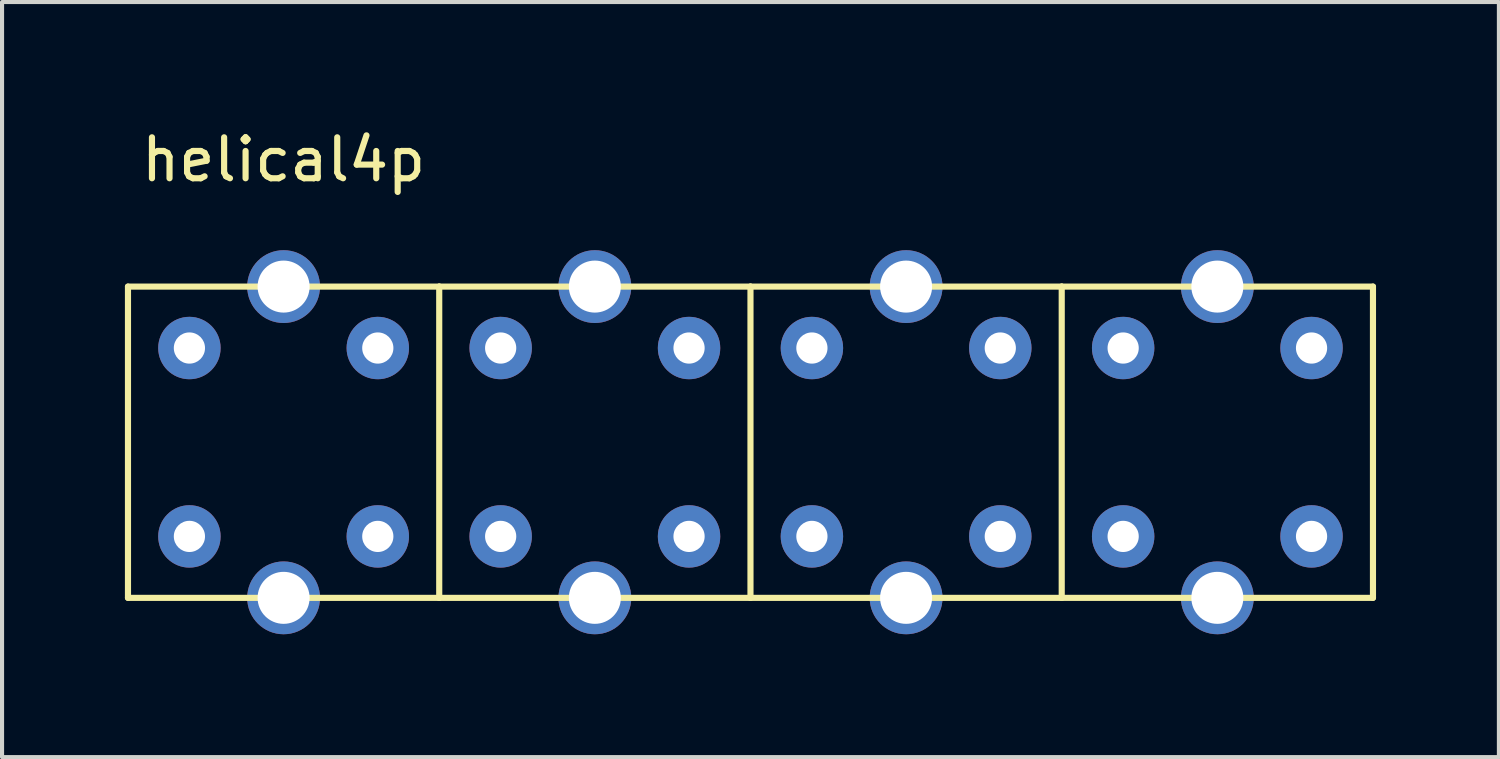
<source format=kicad_pcb>
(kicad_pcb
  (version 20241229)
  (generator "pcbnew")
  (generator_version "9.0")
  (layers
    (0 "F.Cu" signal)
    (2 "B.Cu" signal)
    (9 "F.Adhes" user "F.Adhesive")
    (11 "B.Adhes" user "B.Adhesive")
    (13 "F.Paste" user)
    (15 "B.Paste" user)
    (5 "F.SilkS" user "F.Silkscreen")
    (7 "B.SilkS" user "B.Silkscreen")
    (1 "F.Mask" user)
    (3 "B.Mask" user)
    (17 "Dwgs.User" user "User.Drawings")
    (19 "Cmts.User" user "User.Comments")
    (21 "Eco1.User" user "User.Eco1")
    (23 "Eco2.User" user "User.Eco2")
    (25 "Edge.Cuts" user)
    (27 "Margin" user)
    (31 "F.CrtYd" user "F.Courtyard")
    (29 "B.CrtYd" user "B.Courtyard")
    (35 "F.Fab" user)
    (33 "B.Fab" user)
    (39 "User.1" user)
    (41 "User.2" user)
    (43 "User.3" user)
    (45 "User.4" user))
  (footprint "helical4p"
    (layer "F.Cu")
    (at 3.875 7.748)
    (property "Reference" "helical4p" (at 0 -6.9 0) (layer "F.SilkS") (effects (font (size 1 1) (thickness 0.15))))
    (attr through_hole)
    (fp_line (start -3.8 -3.8) (end -3.8 3.8) (stroke (width 0.15) (type solid)) (layer "F.SilkS"))
    (fp_line (start -3.8 3.8) (end 3.8 3.8) (stroke (width 0.15) (type solid)) (layer "F.SilkS"))
    (fp_line (start 3.8 -3.8) (end -3.8 -3.8) (stroke (width 0.15) (type solid)) (layer "F.SilkS"))
    (fp_line (start 3.8 -3.8) (end 11.4 -3.8) (stroke (width 0.15) (type solid)) (layer "F.SilkS"))
    (fp_line (start 3.8 3.8) (end 3.8 -3.8) (stroke (width 0.15) (type solid)) (layer "F.SilkS"))
    (fp_line (start 11.4 -3.8) (end 11.4 3.8) (stroke (width 0.15) (type solid)) (layer "F.SilkS"))
    (fp_line (start 11.4 -3.8) (end 19 -3.8) (stroke (width 0.15) (type solid)) (layer "F.SilkS"))
    (fp_line (start 11.4 3.8) (end 3.8 3.8) (stroke (width 0.15) (type solid)) (layer "F.SilkS"))
    (fp_line (start 19 -3.8) (end 19 3.8) (stroke (width 0.15) (type solid)) (layer "F.SilkS"))
    (fp_line (start 19 -3.8) (end 26.6 -3.8) (stroke (width 0.15) (type solid)) (layer "F.SilkS"))
    (fp_line (start 19 3.8) (end 11.4 3.8) (stroke (width 0.15) (type solid)) (layer "F.SilkS"))
    (fp_line (start 26.6 -3.8) (end 26.6 3.8) (stroke (width 0.15) (type solid)) (layer "F.SilkS"))
    (fp_line (start 26.6 3.8) (end 19 3.8) (stroke (width 0.15) (type solid)) (layer "F.SilkS"))
    (pad "1" thru_hole circle (at -2.3 2.3) (size 1.524 1.524) (drill 0.762) (layers "*.Cu" "*.Mask"))
    (pad "2" thru_hole circle (at -2.3 -2.3) (size 1.524 1.524) (drill 0.762) (layers "*.Cu" "*.Mask"))
    (pad "3" thru_hole circle (at 2.3 -2.3) (size 1.524 1.524) (drill 0.762) (layers "*.Cu" "*.Mask"))
    (pad "4" thru_hole circle (at 2.3 2.3) (size 1.524 1.524) (drill 0.762) (layers "*.Cu" "*.Mask"))
    (pad "5" thru_hole circle (at 0 -3.8) (size 1.778 1.778) (drill 1.27) (layers "*.Cu" "*.Mask"))
    (pad "6" thru_hole circle (at 0 3.8) (size 1.778 1.778) (drill 1.27) (layers "*.Cu" "*.Mask"))
    (pad "7" thru_hole circle (at 5.3 2.3) (size 1.524 1.524) (drill 0.762) (layers "*.Cu" "*.Mask"))
    (pad "8" thru_hole circle (at 5.3 -2.3) (size 1.524 1.524) (drill 0.762) (layers "*.Cu" "*.Mask"))
    (pad "9" thru_hole circle (at 9.9 -2.3) (size 1.524 1.524) (drill 0.762) (layers "*.Cu" "*.Mask"))
    (pad "10" thru_hole circle (at 9.9 2.3) (size 1.524 1.524) (drill 0.762) (layers "*.Cu" "*.Mask"))
    (pad "11" thru_hole circle (at 7.6 -3.8) (size 1.778 1.778) (drill 1.27) (layers "*.Cu" "*.Mask"))
    (pad "12" thru_hole circle (at 7.6 3.8) (size 1.778 1.778) (drill 1.27) (layers "*.Cu" "*.Mask"))
    (pad "13" thru_hole circle (at 12.9 2.3) (size 1.524 1.524) (drill 0.762) (layers "*.Cu" "*.Mask"))
    (pad "14" thru_hole circle (at 12.9 -2.3) (size 1.524 1.524) (drill 0.762) (layers "*.Cu" "*.Mask"))
    (pad "15" thru_hole circle (at 17.5 -2.3) (size 1.524 1.524) (drill 0.762) (layers "*.Cu" "*.Mask"))
    (pad "16" thru_hole circle (at 17.5 2.3) (size 1.524 1.524) (drill 0.762) (layers "*.Cu" "*.Mask"))
    (pad "17" thru_hole circle (at 15.2 -3.8) (size 1.778 1.778) (drill 1.27) (layers "*.Cu" "*.Mask"))
    (pad "18" thru_hole circle (at 15.2 3.8) (size 1.778 1.778) (drill 1.27) (layers "*.Cu" "*.Mask"))
    (pad "19" thru_hole circle (at 20.5 2.3) (size 1.524 1.524) (drill 0.762) (layers "*.Cu" "*.Mask"))
    (pad "20" thru_hole circle (at 20.5 -2.3) (size 1.524 1.524) (drill 0.762) (layers "*.Cu" "*.Mask"))
    (pad "21" thru_hole circle (at 25.1 -2.3) (size 1.524 1.524) (drill 0.762) (layers "*.Cu" "*.Mask"))
    (pad "22" thru_hole circle (at 25.1 2.3) (size 1.524 1.524) (drill 0.762) (layers "*.Cu" "*.Mask"))
    (pad "23" thru_hole circle (at 22.8 -3.8) (size 1.778 1.778) (drill 1.27) (layers "*.Cu" "*.Mask"))
    (pad "24" thru_hole circle (at 22.8 3.8) (size 1.778 1.778) (drill 1.27) (layers "*.Cu" "*.Mask")))
  (gr_rect
    (start -3 -3)
    (end 33.55 15.437)
    (stroke (width 0.1) (type default))
    (fill no)
    (layer "Edge.Cuts")))
</source>
